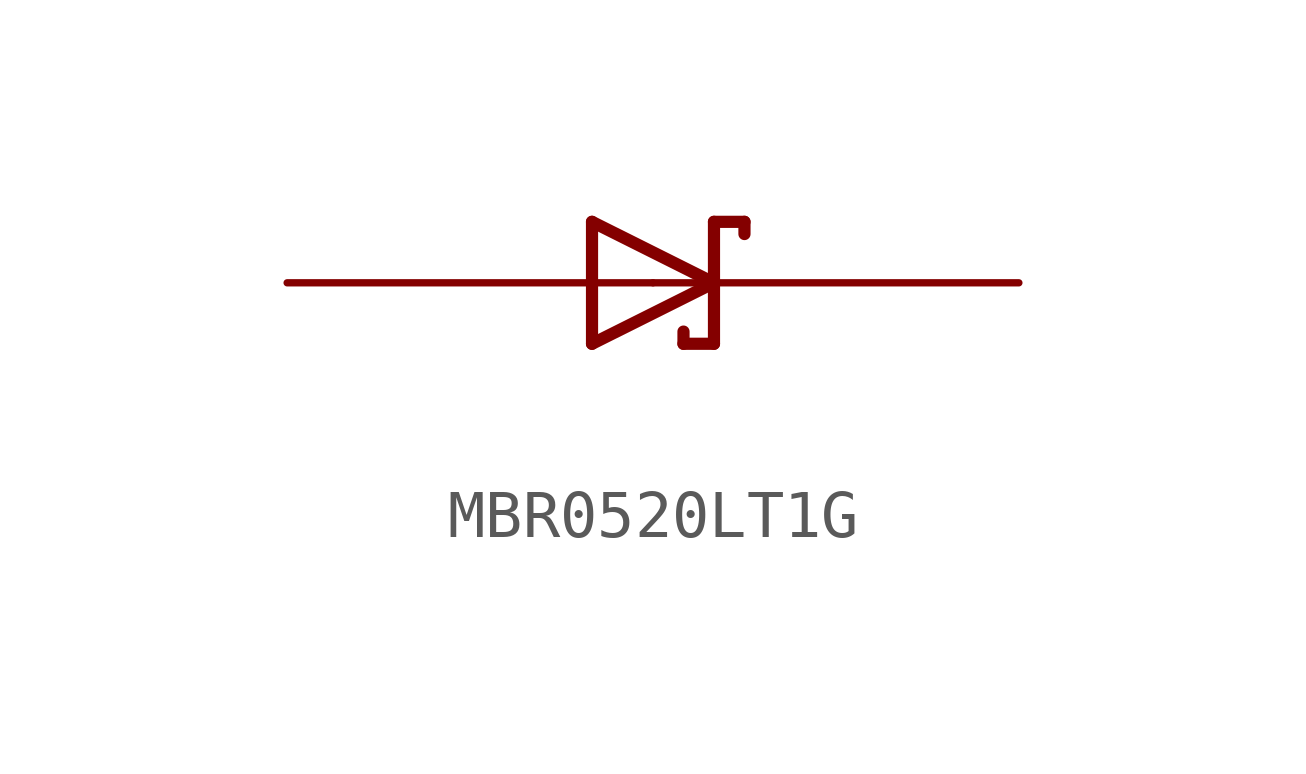
<source format=kicad_sym>
(kicad_symbol_lib
  (version 20231120)
  (generator "kicad_symbol_editor")
  (generator_version "8.0")
  (symbol "MBR0520LT1G"
    (property "Reference" ""
      (at -2.288 1.906 0)
      (effects (font (size 1.779 1.512)) (justify left bottom) (hide yes)))
    (property "Value" ""
      (at -2.29 -3.436 0)
      (effects (font (size 1.781 1.514)) (justify left bottom)))
    (property "ki_locked" ""
      (at 0 0 0)
      (effects (font (size 1.27 1.27))))
    (symbol "MBR0520LT1G_1_0"
      (polyline (pts (xy -1.27 -1.27) (xy 1.27 0)) (stroke (width 0.254) (type solid)) (fill (type none)))
      (polyline (pts (xy -1.27 1.27) (xy -1.27 -1.27)) (stroke (width 0.254) (type solid)) (fill (type none)))
      (polyline (pts (xy 0.635 -1.016) (xy 0.635 -1.27)) (stroke (width 0.254) (type solid)) (fill (type none)))
      (polyline (pts (xy 1.27 -1.27) (xy 0.635 -1.27)) (stroke (width 0.254) (type solid)) (fill (type none)))
      (polyline (pts (xy 1.27 0) (xy -1.27 1.27)) (stroke (width 0.254) (type solid)) (fill (type none)))
      (polyline (pts (xy 1.27 0) (xy 1.27 -1.27)) (stroke (width 0.254) (type solid)) (fill (type none)))
      (polyline (pts (xy 1.27 1.27) (xy 1.27 0)) (stroke (width 0.254) (type solid)) (fill (type none)))
      (polyline (pts (xy 1.905 1.27) (xy 1.27 1.27)) (stroke (width 0.254) (type solid)) (fill (type none)))
      (polyline (pts (xy 1.905 1.27) (xy 1.905 1.016)) (stroke (width 0.254) (type solid)) (fill (type none)))
      (pin passive line (at 7.62 0 180) (length 7.62) (name "C" (effects (font (size 0 0)))) (number "1" (effects (font (size 0 0)))))
      (pin passive line (at -7.62 0 0) (length 7.62) (name "A" (effects (font (size 0 0)))) (number "2" (effects (font (size 0 0))))))))
</source>
